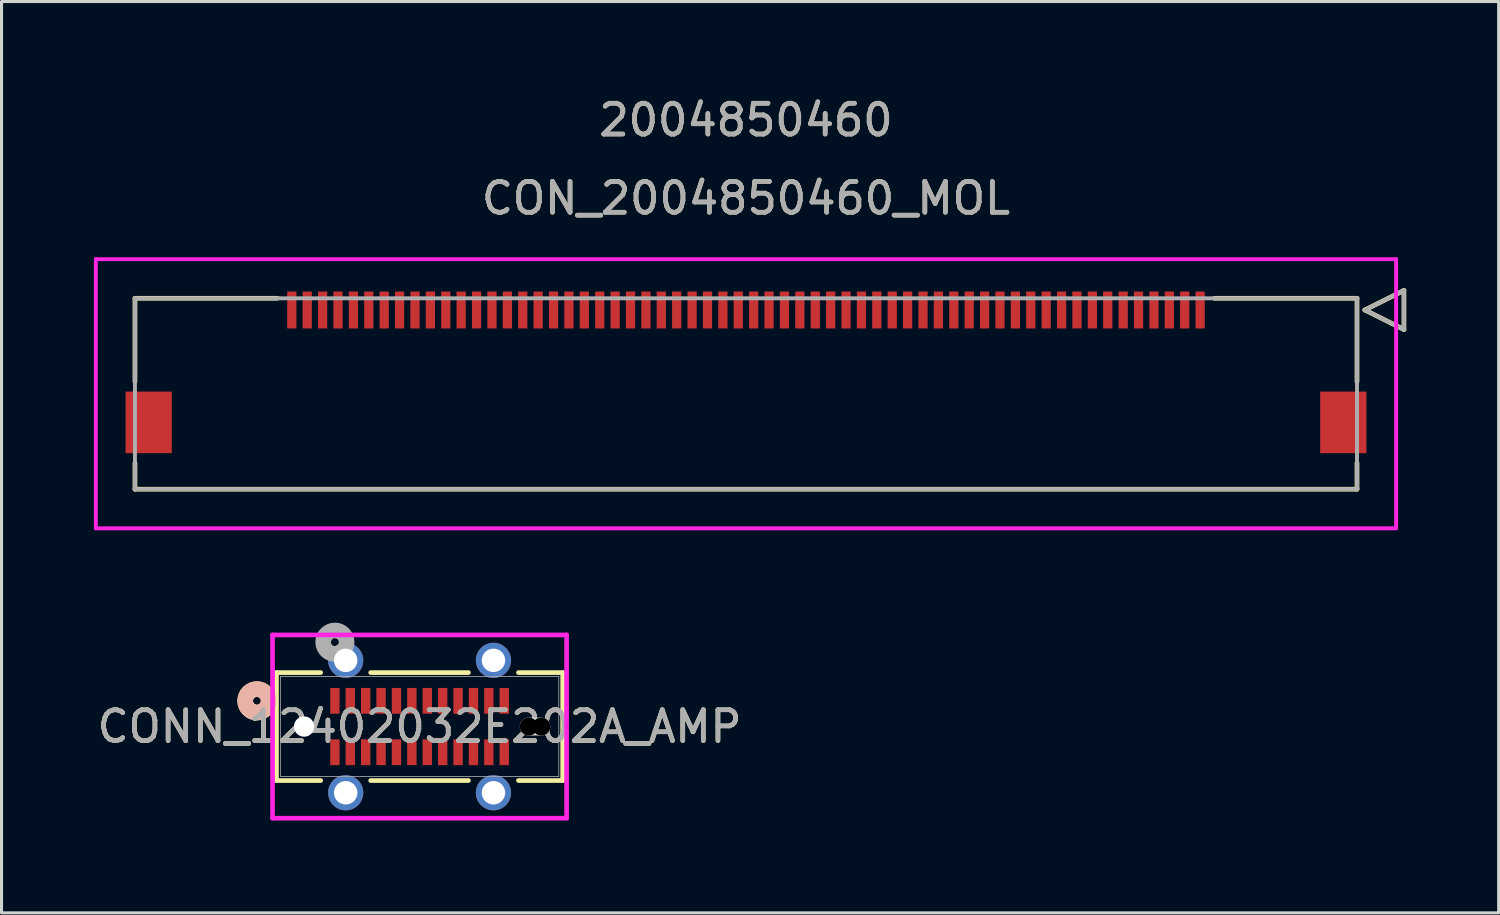
<source format=kicad_pcb>
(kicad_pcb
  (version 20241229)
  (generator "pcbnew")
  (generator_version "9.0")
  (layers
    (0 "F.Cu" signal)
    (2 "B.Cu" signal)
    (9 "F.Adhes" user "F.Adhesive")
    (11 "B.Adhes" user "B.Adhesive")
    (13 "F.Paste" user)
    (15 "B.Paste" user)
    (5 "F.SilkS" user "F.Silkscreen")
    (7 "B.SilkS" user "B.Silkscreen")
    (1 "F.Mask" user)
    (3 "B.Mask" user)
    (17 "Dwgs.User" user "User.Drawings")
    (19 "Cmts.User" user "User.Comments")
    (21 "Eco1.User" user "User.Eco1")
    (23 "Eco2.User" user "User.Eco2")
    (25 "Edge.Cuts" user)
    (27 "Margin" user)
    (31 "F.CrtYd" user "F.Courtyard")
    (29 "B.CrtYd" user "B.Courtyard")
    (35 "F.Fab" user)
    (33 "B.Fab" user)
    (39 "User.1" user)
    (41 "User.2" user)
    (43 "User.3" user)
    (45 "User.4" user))
  (footprint "CON_2004850460_MOL"
    (layer "F.Cu")
    (at 21.178 9.738)
    (property "Reference" "CON_2004850460_MOL" (at 0 -6.35 0) (unlocked yes) (layer "F.SilkS") (effects (font (size 1 1) (thickness 0.15))))
    (attr smd)
    (fp_line (start -19.845 -3.1) (end -19.845 -0.39) (stroke (width 0.152) (type solid)) (layer "F.SilkS"))
    (fp_line (start -19.845 2.25) (end -19.845 3.1) (stroke (width 0.152) (type solid)) (layer "F.SilkS"))
    (fp_line (start -19.845 3.1) (end 19.845 3.1) (stroke (width 0.152) (type solid)) (layer "F.SilkS"))
    (fp_line (start -15.22 -3.1) (end -19.845 -3.1) (stroke (width 0.152) (type solid)) (layer "F.SilkS"))
    (fp_line (start 19.845 -3.1) (end 15.22 -3.1) (stroke (width 0.152) (type solid)) (layer "F.SilkS"))
    (fp_line (start 19.845 -0.39) (end 19.845 -3.1) (stroke (width 0.152) (type solid)) (layer "F.SilkS"))
    (fp_line (start 19.845 3.1) (end 19.845 2.25) (stroke (width 0.152) (type solid)) (layer "F.SilkS"))
    (fp_line (start 20.099 -2.72) (end 21.369 -3.355) (stroke (width 0.152) (type solid)) (layer "F.SilkS"))
    (fp_line (start 21.369 -3.355) (end 21.369 -2.085) (stroke (width 0.152) (type solid)) (layer "F.SilkS"))
    (fp_line (start 21.369 -2.085) (end 20.099 -2.72) (stroke (width 0.152) (type solid)) (layer "F.SilkS"))
    (fp_line (start -21.115 -4.37) (end -21.115 4.37) (stroke (width 0.127) (type solid)) (layer "F.CrtYd"))
    (fp_line (start -21.115 4.37) (end 21.115 4.37) (stroke (width 0.127) (type solid)) (layer "F.CrtYd"))
    (fp_line (start 21.115 -4.37) (end -21.115 -4.37) (stroke (width 0.127) (type solid)) (layer "F.CrtYd"))
    (fp_line (start 21.115 4.37) (end 21.115 -4.37) (stroke (width 0.127) (type solid)) (layer "F.CrtYd"))
    (fp_line (start -19.845 -3.1) (end -19.845 3.1) (stroke (width 0.127) (type solid)) (layer "F.Fab"))
    (fp_line (start -19.845 3.1) (end 19.845 3.1) (stroke (width 0.127) (type solid)) (layer "F.Fab"))
    (fp_line (start 19.845 -3.1) (end -19.845 -3.1) (stroke (width 0.127) (type solid)) (layer "F.Fab"))
    (fp_line (start 19.845 3.1) (end 19.845 -3.1) (stroke (width 0.127) (type solid)) (layer "F.Fab"))
    (fp_line (start 20.099 -2.72) (end 21.369 -3.355) (stroke (width 0.127) (type solid)) (layer "F.Fab"))
    (fp_line (start 21.369 -3.355) (end 21.369 -2.085) (stroke (width 0.127) (type solid)) (layer "F.Fab"))
    (fp_line (start 21.369 -2.085) (end 20.099 -2.72) (stroke (width 0.127) (type solid)) (layer "F.Fab"))
    (fp_text user "2004850460" (at 0 -8.89 0) (unlocked yes) (layer "F.SilkS") (effects (font (size 1 1) (thickness 0.15))))
    (fp_text user "${REFERENCE}" (at 0 -6.35 0) (unlocked yes) (layer "F.Fab") (effects (font (size 1 1) (thickness 0.15))))
    (fp_text user "2004850460" (at 0 -8.89 0) (unlocked yes) (layer "F.Fab") (effects (font (size 1 1) (thickness 0.15))))
    (pad "1" smd rect (at 14.75 -2.72) (size 0.3 1.2) (layers "F.Cu" "F.Mask" "F.Paste"))
    (pad "2" smd rect (at 14.25 -2.72) (size 0.3 1.2) (layers "F.Cu" "F.Mask" "F.Paste"))
    (pad "3" smd rect (at 13.75 -2.72) (size 0.3 1.2) (layers "F.Cu" "F.Mask" "F.Paste"))
    (pad "4" smd rect (at 13.25 -2.72) (size 0.3 1.2) (layers "F.Cu" "F.Mask" "F.Paste"))
    (pad "5" smd rect (at 12.75 -2.72) (size 0.3 1.2) (layers "F.Cu" "F.Mask" "F.Paste"))
    (pad "6" smd rect (at 12.25 -2.72) (size 0.3 1.2) (layers "F.Cu" "F.Mask" "F.Paste"))
    (pad "7" smd rect (at 11.75 -2.72) (size 0.3 1.2) (layers "F.Cu" "F.Mask" "F.Paste"))
    (pad "8" smd rect (at 11.25 -2.72) (size 0.3 1.2) (layers "F.Cu" "F.Mask" "F.Paste"))
    (pad "9" smd rect (at 10.75 -2.72) (size 0.3 1.2) (layers "F.Cu" "F.Mask" "F.Paste"))
    (pad "10" smd rect (at 10.25 -2.72) (size 0.3 1.2) (layers "F.Cu" "F.Mask" "F.Paste"))
    (pad "11" smd rect (at 9.75 -2.72) (size 0.3 1.2) (layers "F.Cu" "F.Mask" "F.Paste"))
    (pad "12" smd rect (at 9.25 -2.72) (size 0.3 1.2) (layers "F.Cu" "F.Mask" "F.Paste"))
    (pad "13" smd rect (at 8.75 -2.72) (size 0.3 1.2) (layers "F.Cu" "F.Mask" "F.Paste"))
    (pad "14" smd rect (at 8.25 -2.72) (size 0.3 1.2) (layers "F.Cu" "F.Mask" "F.Paste"))
    (pad "15" smd rect (at 7.75 -2.72) (size 0.3 1.2) (layers "F.Cu" "F.Mask" "F.Paste"))
    (pad "16" smd rect (at 7.25 -2.72) (size 0.3 1.2) (layers "F.Cu" "F.Mask" "F.Paste"))
    (pad "17" smd rect (at 6.75 -2.72) (size 0.3 1.2) (layers "F.Cu" "F.Mask" "F.Paste"))
    (pad "18" smd rect (at 6.25 -2.72) (size 0.3 1.2) (layers "F.Cu" "F.Mask" "F.Paste"))
    (pad "19" smd rect (at 5.75 -2.72) (size 0.3 1.2) (layers "F.Cu" "F.Mask" "F.Paste"))
    (pad "20" smd rect (at 5.25 -2.72) (size 0.3 1.2) (layers "F.Cu" "F.Mask" "F.Paste"))
    (pad "21" smd rect (at 4.75 -2.72) (size 0.3 1.2) (layers "F.Cu" "F.Mask" "F.Paste"))
    (pad "22" smd rect (at 4.25 -2.72) (size 0.3 1.2) (layers "F.Cu" "F.Mask" "F.Paste"))
    (pad "23" smd rect (at 3.75 -2.72) (size 0.3 1.2) (layers "F.Cu" "F.Mask" "F.Paste"))
    (pad "24" smd rect (at 3.25 -2.72) (size 0.3 1.2) (layers "F.Cu" "F.Mask" "F.Paste"))
    (pad "25" smd rect (at 2.75 -2.72) (size 0.3 1.2) (layers "F.Cu" "F.Mask" "F.Paste"))
    (pad "26" smd rect (at 2.25 -2.72) (size 0.3 1.2) (layers "F.Cu" "F.Mask" "F.Paste"))
    (pad "27" smd rect (at 1.75 -2.72) (size 0.3 1.2) (layers "F.Cu" "F.Mask" "F.Paste"))
    (pad "28" smd rect (at 1.25 -2.72) (size 0.3 1.2) (layers "F.Cu" "F.Mask" "F.Paste"))
    (pad "29" smd rect (at 0.75 -2.72) (size 0.3 1.2) (layers "F.Cu" "F.Mask" "F.Paste"))
    (pad "30" smd rect (at 0.25 -2.72) (size 0.3 1.2) (layers "F.Cu" "F.Mask" "F.Paste"))
    (pad "31" smd rect (at -0.25 -2.72) (size 0.3 1.2) (layers "F.Cu" "F.Mask" "F.Paste"))
    (pad "32" smd rect (at -0.75 -2.72) (size 0.3 1.2) (layers "F.Cu" "F.Mask" "F.Paste"))
    (pad "33" smd rect (at -1.25 -2.72) (size 0.3 1.2) (layers "F.Cu" "F.Mask" "F.Paste"))
    (pad "34" smd rect (at -1.75 -2.72) (size 0.3 1.2) (layers "F.Cu" "F.Mask" "F.Paste"))
    (pad "35" smd rect (at -2.25 -2.72) (size 0.3 1.2) (layers "F.Cu" "F.Mask" "F.Paste"))
    (pad "36" smd rect (at -2.75 -2.72) (size 0.3 1.2) (layers "F.Cu" "F.Mask" "F.Paste"))
    (pad "37" smd rect (at -3.25 -2.72) (size 0.3 1.2) (layers "F.Cu" "F.Mask" "F.Paste"))
    (pad "38" smd rect (at -3.75 -2.72) (size 0.3 1.2) (layers "F.Cu" "F.Mask" "F.Paste"))
    (pad "39" smd rect (at -4.25 -2.72) (size 0.3 1.2) (layers "F.Cu" "F.Mask" "F.Paste"))
    (pad "40" smd rect (at -4.75 -2.72) (size 0.3 1.2) (layers "F.Cu" "F.Mask" "F.Paste"))
    (pad "41" smd rect (at -5.25 -2.72) (size 0.3 1.2) (layers "F.Cu" "F.Mask" "F.Paste"))
    (pad "42" smd rect (at -5.75 -2.72) (size 0.3 1.2) (layers "F.Cu" "F.Mask" "F.Paste"))
    (pad "43" smd rect (at -6.25 -2.72) (size 0.3 1.2) (layers "F.Cu" "F.Mask" "F.Paste"))
    (pad "44" smd rect (at -6.75 -2.72) (size 0.3 1.2) (layers "F.Cu" "F.Mask" "F.Paste"))
    (pad "45" smd rect (at -7.25 -2.72) (size 0.3 1.2) (layers "F.Cu" "F.Mask" "F.Paste"))
    (pad "46" smd rect (at -7.75 -2.72) (size 0.3 1.2) (layers "F.Cu" "F.Mask" "F.Paste"))
    (pad "47" smd rect (at -8.25 -2.72) (size 0.3 1.2) (layers "F.Cu" "F.Mask" "F.Paste"))
    (pad "48" smd rect (at -8.75 -2.72) (size 0.3 1.2) (layers "F.Cu" "F.Mask" "F.Paste"))
    (pad "49" smd rect (at -9.25 -2.72) (size 0.3 1.2) (layers "F.Cu" "F.Mask" "F.Paste"))
    (pad "50" smd rect (at -9.75 -2.72) (size 0.3 1.2) (layers "F.Cu" "F.Mask" "F.Paste"))
    (pad "51" smd rect (at -10.25 -2.72) (size 0.3 1.2) (layers "F.Cu" "F.Mask" "F.Paste"))
    (pad "52" smd rect (at -10.75 -2.72) (size 0.3 1.2) (layers "F.Cu" "F.Mask" "F.Paste"))
    (pad "53" smd rect (at -11.25 -2.72) (size 0.3 1.2) (layers "F.Cu" "F.Mask" "F.Paste"))
    (pad "54" smd rect (at -11.75 -2.72) (size 0.3 1.2) (layers "F.Cu" "F.Mask" "F.Paste"))
    (pad "55" smd rect (at -12.25 -2.72) (size 0.3 1.2) (layers "F.Cu" "F.Mask" "F.Paste"))
    (pad "56" smd rect (at -12.75 -2.72) (size 0.3 1.2) (layers "F.Cu" "F.Mask" "F.Paste"))
    (pad "57" smd rect (at -13.25 -2.72) (size 0.3 1.2) (layers "F.Cu" "F.Mask" "F.Paste"))
    (pad "58" smd rect (at -13.75 -2.72) (size 0.3 1.2) (layers "F.Cu" "F.Mask" "F.Paste"))
    (pad "59" smd rect (at -14.25 -2.72) (size 0.3 1.2) (layers "F.Cu" "F.Mask" "F.Paste"))
    (pad "60" smd rect (at -14.75 -2.72) (size 0.3 1.2) (layers "F.Cu" "F.Mask" "F.Paste"))
    (pad "P1" smd rect (at 19.4 0.93) (size 1.5 2) (layers "F.Cu" "F.Mask" "F.Paste"))
    (pad "P2" smd rect (at -19.4 0.93) (size 1.5 2) (layers "F.Cu" "F.Mask" "F.Paste")))
  (footprint "CONN_12402032E202A_AMP"
    (layer "F.Cu")
    (at 10.577 20.547)
    (property "Reference" "CONN_12402032E202A_AMP" (at 0 0 0) (unlocked yes) (layer "F.SilkS") (effects (font (size 1 1) (thickness 0.15))))
    (attr smd)
    (fp_line (start -4.648 -1.753) (end -4.648 1.753) (stroke (width 0.152) (type solid)) (layer "F.SilkS"))
    (fp_line (start -4.648 1.753) (end -3.212 1.753) (stroke (width 0.152) (type solid)) (layer "F.SilkS"))
    (fp_line (start -3.212 -1.753) (end -4.648 -1.753) (stroke (width 0.152) (type solid)) (layer "F.SilkS"))
    (fp_line (start -1.588 1.753) (end 1.588 1.753) (stroke (width 0.152) (type solid)) (layer "F.SilkS"))
    (fp_line (start 1.588 -1.753) (end -1.588 -1.753) (stroke (width 0.152) (type solid)) (layer "F.SilkS"))
    (fp_line (start 3.212 1.753) (end 4.648 1.753) (stroke (width 0.152) (type solid)) (layer "F.SilkS"))
    (fp_line (start 4.648 -1.753) (end 3.212 -1.753) (stroke (width 0.152) (type solid)) (layer "F.SilkS"))
    (fp_line (start 4.648 1.753) (end 4.648 -1.753) (stroke (width 0.152) (type solid)) (layer "F.SilkS"))
    (fp_circle (center -5.283 -0.835) (end -4.902 -0.835) (stroke (width 0.508) (type solid)) (fill no) (layer "F.SilkS"))
    (fp_circle (center -5.283 -0.835) (end -4.902 -0.835) (stroke (width 0.508) (type solid)) (fill no) (layer "B.SilkS"))
    (fp_line (start 3.547 0) (end 3.953 0) (stroke (width 0.584) (type solid)) (layer "Edge.Cuts"))
    (fp_line (start -4.775 -2.976) (end -4.775 2.976) (stroke (width 0.152) (type solid)) (layer "F.CrtYd"))
    (fp_line (start -4.775 2.976) (end 4.775 2.976) (stroke (width 0.152) (type solid)) (layer "F.CrtYd"))
    (fp_line (start 4.775 -2.976) (end -4.775 -2.976) (stroke (width 0.152) (type solid)) (layer "F.CrtYd"))
    (fp_line (start 4.775 2.976) (end 4.775 -2.976) (stroke (width 0.152) (type solid)) (layer "F.CrtYd"))
    (fp_line (start -4.521 -1.626) (end -4.521 1.626) (stroke (width 0.025) (type solid)) (layer "F.Fab"))
    (fp_line (start -4.521 1.626) (end 4.521 1.626) (stroke (width 0.025) (type solid)) (layer "F.Fab"))
    (fp_line (start 4.521 -1.626) (end -4.521 -1.626) (stroke (width 0.025) (type solid)) (layer "F.Fab"))
    (fp_line (start 4.521 1.626) (end 4.521 -1.626) (stroke (width 0.025) (type solid)) (layer "F.Fab"))
    (fp_circle (center -2.75 -2.74) (end -2.369 -2.74) (stroke (width 0.508) (type solid)) (fill no) (layer "F.Fab"))
    (fp_text user "${REFERENCE}" (at 0 0 0) (unlocked yes) (layer "F.Fab") (effects (font (size 1 1) (thickness 0.15))))
    (pad "" np_thru_hole circle (at -3.75 0) (size 0.66 0.66) (drill 0.66) (layers "*.Cu" "*.Mask"))
    (pad "" np_thru_hole circle (at 3.547 0) (size 0.584 0.584) (drill 0.584) (layers))
    (pad "" np_thru_hole circle (at 3.953 0) (size 0.584 0.584) (drill 0.584) (layers))
    (pad "25" thru_hole circle (at -2.4 -2.15) (size 1.143 1.143) (drill 0.762) (layers "*.Cu" "*.Mask"))
    (pad "26" thru_hole circle (at 2.4 -2.15) (size 1.143 1.143) (drill 0.762) (layers "*.Cu" "*.Mask"))
    (pad "27" thru_hole circle (at -2.4 2.15) (size 1.143 1.143) (drill 0.762) (layers "*.Cu" "*.Mask"))
    (pad "28" thru_hole circle (at 2.4 2.15) (size 1.143 1.143) (drill 0.762) (layers "*.Cu" "*.Mask"))
    (pad "A1" smd rect (at -2.75 -0.835) (size 0.305 0.838) (layers "F.Cu" "F.Mask" "F.Paste"))
    (pad "A2" smd rect (at -2.25 -0.835) (size 0.305 0.838) (layers "F.Cu" "F.Mask" "F.Paste"))
    (pad "A3" smd rect (at -1.75 -0.835) (size 0.305 0.838) (layers "F.Cu" "F.Mask" "F.Paste"))
    (pad "A4" smd rect (at -1.25 -0.835) (size 0.305 0.838) (layers "F.Cu" "F.Mask" "F.Paste"))
    (pad "A5" smd rect (at -0.75 -0.835) (size 0.305 0.838) (layers "F.Cu" "F.Mask" "F.Paste"))
    (pad "A6" smd rect (at -0.25 -0.835) (size 0.305 0.838) (layers "F.Cu" "F.Mask" "F.Paste"))
    (pad "A7" smd rect (at 0.25 -0.835) (size 0.305 0.838) (layers "F.Cu" "F.Mask" "F.Paste"))
    (pad "A8" smd rect (at 0.75 -0.835) (size 0.305 0.838) (layers "F.Cu" "F.Mask" "F.Paste"))
    (pad "A9" smd rect (at 1.25 -0.835) (size 0.305 0.838) (layers "F.Cu" "F.Mask" "F.Paste"))
    (pad "A10" smd rect (at 1.75 -0.835) (size 0.305 0.838) (layers "F.Cu" "F.Mask" "F.Paste"))
    (pad "A11" smd rect (at 2.25 -0.835) (size 0.305 0.838) (layers "F.Cu" "F.Mask" "F.Paste"))
    (pad "A12" smd rect (at 2.75 -0.835) (size 0.305 0.838) (layers "F.Cu" "F.Mask" "F.Paste"))
    (pad "B1" smd rect (at 2.75 0.835) (size 0.305 0.838) (layers "F.Cu" "F.Mask" "F.Paste"))
    (pad "B2" smd rect (at 2.25 0.835) (size 0.305 0.838) (layers "F.Cu" "F.Mask" "F.Paste"))
    (pad "B3" smd rect (at 1.75 0.835) (size 0.305 0.838) (layers "F.Cu" "F.Mask" "F.Paste"))
    (pad "B4" smd rect (at 1.25 0.835) (size 0.305 0.838) (layers "F.Cu" "F.Mask" "F.Paste"))
    (pad "B5" smd rect (at 0.75 0.835) (size 0.305 0.838) (layers "F.Cu" "F.Mask" "F.Paste"))
    (pad "B6" smd rect (at 0.25 0.835) (size 0.305 0.838) (layers "F.Cu" "F.Mask" "F.Paste"))
    (pad "B7" smd rect (at -0.25 0.835) (size 0.305 0.838) (layers "F.Cu" "F.Mask" "F.Paste"))
    (pad "B8" smd rect (at -0.75 0.835) (size 0.305 0.838) (layers "F.Cu" "F.Mask" "F.Paste"))
    (pad "B9" smd rect (at -1.25 0.835) (size 0.305 0.838) (layers "F.Cu" "F.Mask" "F.Paste"))
    (pad "B10" smd rect (at -1.75 0.835) (size 0.305 0.838) (layers "F.Cu" "F.Mask" "F.Paste"))
    (pad "B11" smd rect (at -2.25 0.835) (size 0.305 0.838) (layers "F.Cu" "F.Mask" "F.Paste"))
    (pad "B12" smd rect (at -2.75 0.835) (size 0.305 0.838) (layers "F.Cu" "F.Mask" "F.Paste")))
  (gr_rect
    (start -3 -3)
    (end 45.624 26.598)
    (stroke (width 0.1) (type default))
    (fill no)
    (layer "Edge.Cuts")))
</source>
